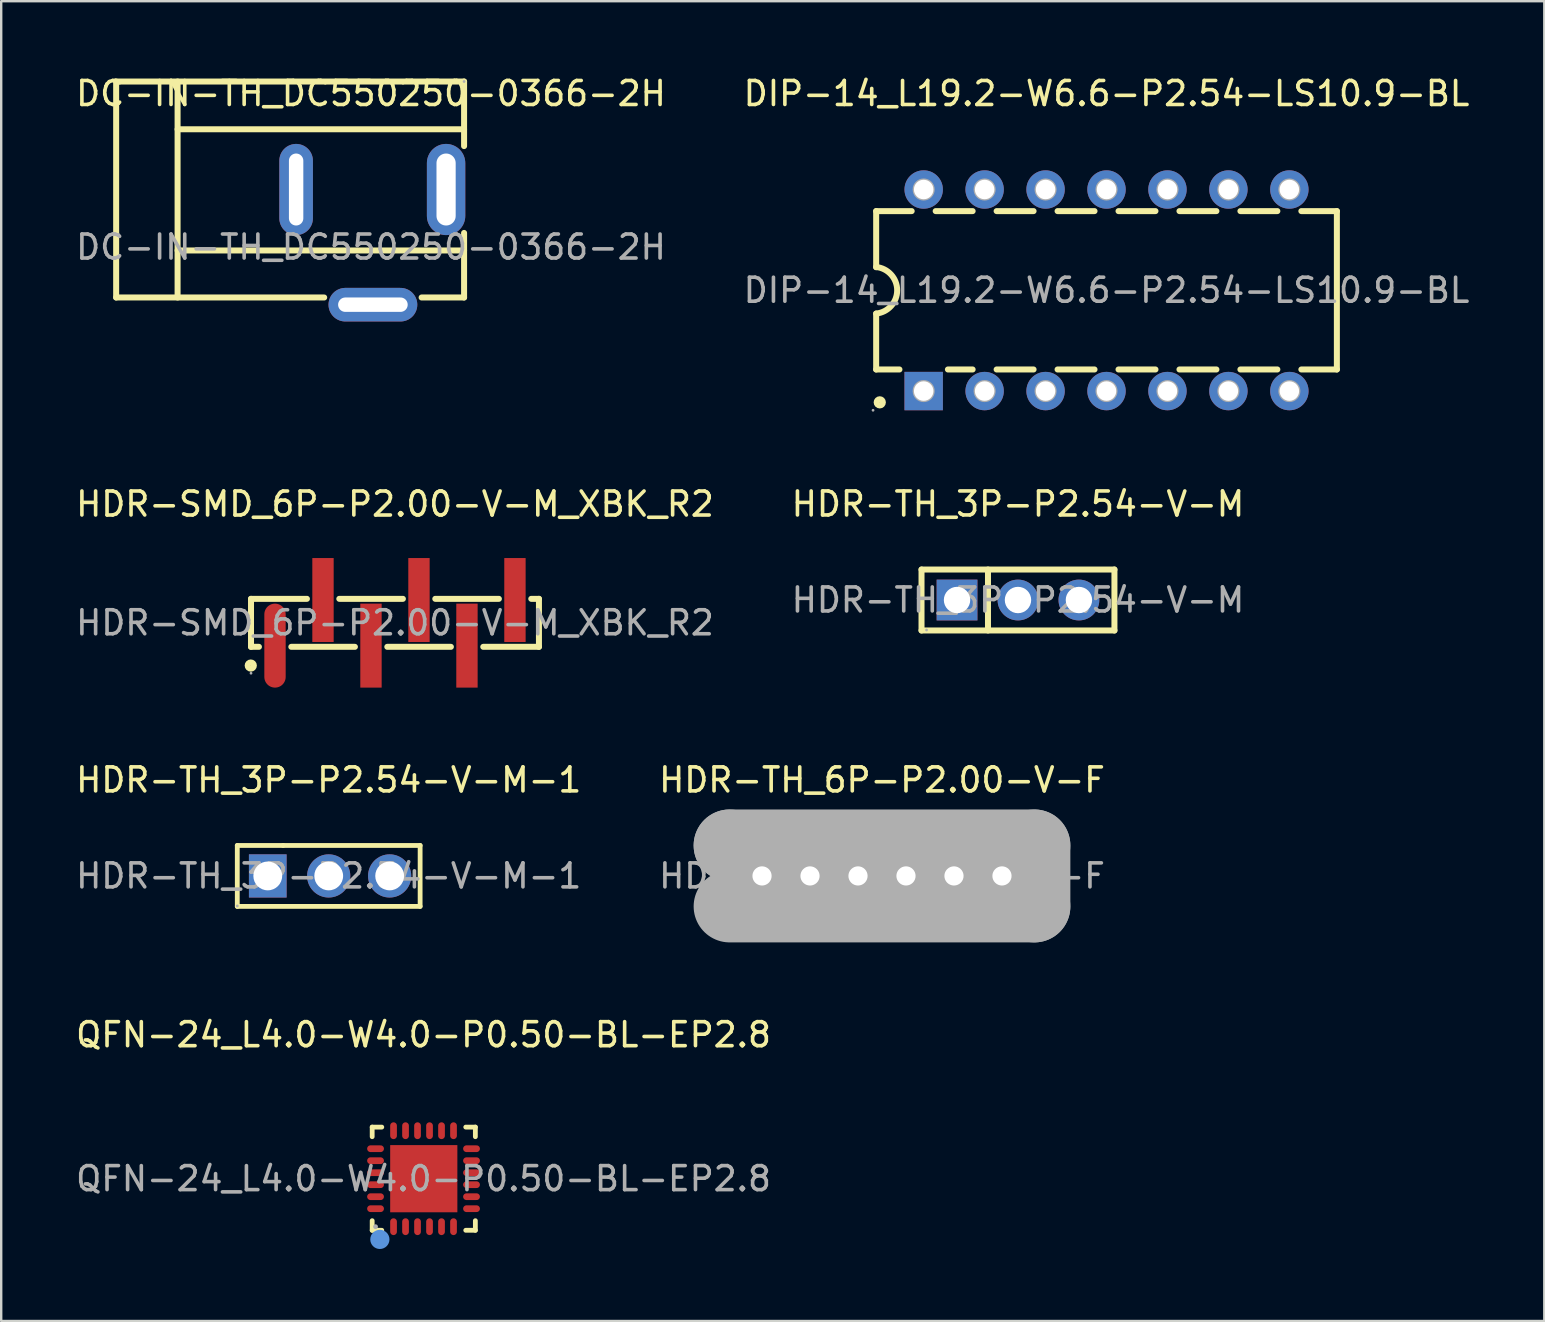
<source format=kicad_pcb>
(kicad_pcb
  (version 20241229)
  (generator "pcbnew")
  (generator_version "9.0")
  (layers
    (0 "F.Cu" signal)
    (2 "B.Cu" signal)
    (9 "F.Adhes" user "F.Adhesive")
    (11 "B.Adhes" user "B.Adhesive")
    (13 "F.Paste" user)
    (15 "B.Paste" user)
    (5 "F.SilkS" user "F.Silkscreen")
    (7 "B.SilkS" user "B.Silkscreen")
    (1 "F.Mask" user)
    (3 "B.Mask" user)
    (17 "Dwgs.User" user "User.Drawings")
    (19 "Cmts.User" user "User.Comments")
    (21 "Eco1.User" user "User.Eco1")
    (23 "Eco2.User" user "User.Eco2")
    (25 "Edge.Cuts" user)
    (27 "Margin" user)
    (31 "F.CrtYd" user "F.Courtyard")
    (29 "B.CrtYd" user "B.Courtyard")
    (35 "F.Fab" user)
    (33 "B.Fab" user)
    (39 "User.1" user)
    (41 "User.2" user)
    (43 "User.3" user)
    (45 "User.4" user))
  (footprint "HDR-SMD_6P-P2.00-V-M_XBK_R2"
    (layer "F.Cu")
    (at 13.411 22.907)
    (property "Reference" "HDR-SMD_6P-P2.00-V-M_XBK_R2" (at 0 -4.95 0) (layer "F.SilkS") (effects (font (size 1 1) (thickness 0.15))))
    (attr smd)
    (fp_line (start -6 -1) (end -6 1) (stroke (width 0.25) (type solid)) (layer "F.SilkS"))
    (fp_line (start -6 -1) (end -3.67 -1) (stroke (width 0.25) (type solid)) (layer "F.SilkS"))
    (fp_line (start -6 1) (end -5.67 1) (stroke (width 0.25) (type solid)) (layer "F.SilkS"))
    (fp_line (start -4.32 1) (end -1.67 1) (stroke (width 0.25) (type solid)) (layer "F.SilkS"))
    (fp_line (start -2.32 -1) (end 0.33 -1) (stroke (width 0.25) (type solid)) (layer "F.SilkS"))
    (fp_line (start -0.32 1) (end 2.33 1) (stroke (width 0.25) (type solid)) (layer "F.SilkS"))
    (fp_line (start 1.68 -1) (end 4.33 -1) (stroke (width 0.25) (type solid)) (layer "F.SilkS"))
    (fp_line (start 3.68 1) (end 6 1) (stroke (width 0.25) (type solid)) (layer "F.SilkS"))
    (fp_line (start 5.68 -1) (end 6 -1) (stroke (width 0.25) (type solid)) (layer "F.SilkS"))
    (fp_line (start 6 -1) (end 6 1) (stroke (width 0.25) (type solid)) (layer "F.SilkS"))
    (fp_circle (center -6.01 1.78) (end -5.88 1.78) (stroke (width 0.25) (type solid)) (fill no) (layer "F.SilkS"))
    (fp_circle (center -6 2.1) (end -5.97 2.1) (stroke (width 0.06) (type solid)) (fill no) (layer "F.Fab"))
    (fp_text user "${REFERENCE}" (at 0 0 0) (layer "F.Fab") (effects (font (size 1 1) (thickness 0.15))))
    (pad "1" smd oval (at -5 0.95 180) (size 0.89 3.5) (layers "F.Cu" "F.Mask" "F.Paste"))
    (pad "2" smd rect (at -3 -0.95 180) (size 0.89 3.5) (layers "F.Cu" "F.Mask" "F.Paste"))
    (pad "3" smd rect (at -1 0.95 180) (size 0.89 3.5) (layers "F.Cu" "F.Mask" "F.Paste"))
    (pad "4" smd rect (at 1 -0.95 180) (size 0.89 3.5) (layers "F.Cu" "F.Mask" "F.Paste"))
    (pad "5" smd rect (at 3 0.95 180) (size 0.89 3.5) (layers "F.Cu" "F.Mask" "F.Paste"))
    (pad "6" smd rect (at 5 -0.95 180) (size 0.89 3.5) (layers "F.Cu" "F.Mask" "F.Paste")))
  (footprint "HDR-TH_3P-P2.54-V-M-1"
    (layer "F.Cu")
    (at 10.649 33.455)
    (property "Reference" "HDR-TH_3P-P2.54-V-M-1" (at 0 -4 0) (layer "F.SilkS") (effects (font (size 1 1) (thickness 0.15))))
    (attr through_hole)
    (fp_line (start -3.81 -1.27) (end -3.81 1.27) (stroke (width 0.2) (type solid)) (layer "F.SilkS"))
    (fp_line (start -3.81 1.27) (end 3.81 1.27) (stroke (width 0.2) (type solid)) (layer "F.SilkS"))
    (fp_line (start -1.9 -1.27) (end -3.81 -1.27) (stroke (width 0.2) (type solid)) (layer "F.SilkS"))
    (fp_line (start 3.81 -1.27) (end -1.9 -1.27) (stroke (width 0.2) (type solid)) (layer "F.SilkS"))
    (fp_line (start 3.81 1.27) (end 3.81 -1.27) (stroke (width 0.2) (type solid)) (layer "F.SilkS"))
    (fp_circle (center -3.81 1.25) (end -3.78 1.25) (stroke (width 0.06) (type solid)) (fill no) (layer "F.Fab"))
    (fp_text user "${REFERENCE}" (at 0 0 0) (layer "F.Fab") (effects (font (size 1 1) (thickness 0.15))))
    (pad "1" thru_hole rect (at -2.54 0) (size 1.57 1.8) (drill 1.2) (layers "*.Cu" "*.Mask"))
    (pad "2" thru_hole circle (at 0 0) (size 1.8 1.8) (drill 1.2) (layers "*.Cu" "*.Mask"))
    (pad "3" thru_hole circle (at 2.54 0) (size 1.8 1.8) (drill 1.2) (layers "*.Cu" "*.Mask")))
  (footprint "HDR-TH_3P-P2.54-V-M"
    (layer "F.Cu")
    (at 39.375 21.956)
    (property "Reference" "HDR-TH_3P-P2.54-V-M" (at 0 -4 0) (layer "F.SilkS") (effects (font (size 1 1) (thickness 0.15))))
    (attr through_hole)
    (fp_line (start -4.02 -1.27) (end -4.02 1.27) (stroke (width 0.25) (type solid)) (layer "F.SilkS"))
    (fp_line (start -4.02 -1.27) (end 4.02 -1.27) (stroke (width 0.25) (type solid)) (layer "F.SilkS"))
    (fp_line (start -4.02 1.27) (end 4.02 1.27) (stroke (width 0.25) (type solid)) (layer "F.SilkS"))
    (fp_line (start -1.25 -1.27) (end -1.25 1.27) (stroke (width 0.25) (type solid)) (layer "F.SilkS"))
    (fp_line (start 4.02 -1.27) (end 4.02 1.27) (stroke (width 0.25) (type solid)) (layer "F.SilkS"))
    (fp_circle (center -3.81 1.25) (end -3.78 1.25) (stroke (width 0.06) (type solid)) (fill no) (layer "F.Fab"))
    (fp_text user "${REFERENCE}" (at 0 0 0) (layer "F.Fab") (effects (font (size 1 1) (thickness 0.15))))
    (pad "1" thru_hole rect (at -2.54 0) (size 1.7 1.7) (drill 1.1) (layers "*.Cu" "*.Mask"))
    (pad "2" thru_hole circle (at 0 0) (size 1.7 1.7) (drill 1.1) (layers "*.Cu" "*.Mask"))
    (pad "3" thru_hole circle (at 2.54 0) (size 1.7 1.7) (drill 1.1) (layers "*.Cu" "*.Mask")))
  (footprint "DC-IN-TH_DC550250-0366-2H"
    (layer "F.Cu")
    (at 12.411 7.248)
    (property "Reference" "DC-IN-TH_DC550250-0366-2H" (at 0 -6.4 0) (layer "F.SilkS") (effects (font (size 1 1) (thickness 0.15))))
    (attr through_hole)
    (fp_line (start -10.62 -6.9) (end 3.88 -6.9) (stroke (width 0.25) (type solid)) (layer "F.SilkS"))
    (fp_line (start -10.62 2.1) (end -10.62 -6.9) (stroke (width 0.25) (type solid)) (layer "F.SilkS"))
    (fp_line (start -8.06 -6.9) (end -8.06 2.1) (stroke (width 0.25) (type solid)) (layer "F.SilkS"))
    (fp_line (start -8.06 -4.91) (end 3.88 -4.91) (stroke (width 0.25) (type solid)) (layer "F.SilkS"))
    (fp_line (start -8.06 0.14) (end 3.88 0.14) (stroke (width 0.25) (type solid)) (layer "F.SilkS"))
    (fp_line (start -1.95 2.1) (end -10.62 2.1) (stroke (width 0.25) (type solid)) (layer "F.SilkS"))
    (fp_line (start 3.88 -6.9) (end 3.88 -4.21) (stroke (width 0.25) (type solid)) (layer "F.SilkS"))
    (fp_line (start 3.88 -0.59) (end 3.88 2.1) (stroke (width 0.25) (type solid)) (layer "F.SilkS"))
    (fp_line (start 3.88 2.1) (end 2.11 2.1) (stroke (width 0.25) (type solid)) (layer "F.SilkS"))
    (fp_circle (center 3.88 -6.9) (end 3.91 -6.9) (stroke (width 0.06) (type solid)) (fill no) (layer "F.Fab"))
    (fp_text user "${REFERENCE}" (at 0 0 0) (layer "F.Fab") (effects (font (size 1 1) (thickness 0.15))))
    (pad "1" thru_hole oval (at 3.13 -2.4) (size 1.6 3.8) (drill oval 0.8 3) (layers "*.Cu" "*.Mask"))
    (pad "2" thru_hole oval (at -3.12 -2.4) (size 1.4 3.8) (drill oval 0.6 3) (layers "*.Cu" "*.Mask"))
    (pad "3" thru_hole oval (at 0.08 2.4) (size 3.7 1.4) (drill oval 2.9 0.6) (layers "*.Cu" "*.Mask")))
  (footprint "QFN-24_L4.0-W4.0-P0.50-BL-EP2.8"
    (layer "F.Cu")
    (at 14.601 46.073)
    (property "Reference" "QFN-24_L4.0-W4.0-P0.50-BL-EP2.8" (at 0 -6 0) (layer "F.SilkS") (effects (font (size 1 1) (thickness 0.15))))
    (attr smd)
    (fp_line (start -2.14 -2.15) (end -1.74 -2.15) (stroke (width 0.2) (type solid)) (layer "F.SilkS"))
    (fp_line (start -2.14 -1.75) (end -2.14 -2.15) (stroke (width 0.2) (type solid)) (layer "F.SilkS"))
    (fp_line (start -2.14 2.15) (end -2.14 1.75) (stroke (width 0.2) (type solid)) (layer "F.SilkS"))
    (fp_line (start -1.74 2.15) (end -2.14 2.15) (stroke (width 0.2) (type solid)) (layer "F.SilkS"))
    (fp_line (start 2.16 -2.15) (end 1.76 -2.15) (stroke (width 0.2) (type solid)) (layer "F.SilkS"))
    (fp_line (start 2.16 -1.75) (end 2.16 -2.15) (stroke (width 0.2) (type solid)) (layer "F.SilkS"))
    (fp_line (start 2.16 1.75) (end 2.16 2.15) (stroke (width 0.2) (type solid)) (layer "F.SilkS"))
    (fp_line (start 2.16 2.15) (end 1.76 2.15) (stroke (width 0.2) (type solid)) (layer "F.SilkS"))
    (fp_circle (center -1.82 2.53) (end -1.62 2.53) (stroke (width 0.4) (type solid)) (fill no) (layer "Cmts.User"))
    (fp_circle (center -2 2) (end -1.95 2) (stroke (width 0.1) (type solid)) (fill no) (layer "F.Fab"))
    (fp_text user "${REFERENCE}" (at 0 0 0) (layer "F.Fab") (effects (font (size 1 1) (thickness 0.15))))
    (pad "1" smd oval (at -1.25 2 180) (size 0.28 0.7) (layers "F.Cu" "F.Mask" "F.Paste"))
    (pad "2" smd oval (at -0.75 2 180) (size 0.28 0.7) (layers "F.Cu" "F.Mask" "F.Paste"))
    (pad "3" smd oval (at -0.25 2 180) (size 0.28 0.7) (layers "F.Cu" "F.Mask" "F.Paste"))
    (pad "4" smd oval (at 0.25 2 180) (size 0.28 0.7) (layers "F.Cu" "F.Mask" "F.Paste"))
    (pad "5" smd oval (at 0.75 2 180) (size 0.28 0.7) (layers "F.Cu" "F.Mask" "F.Paste"))
    (pad "6" smd oval (at 1.25 2 180) (size 0.28 0.7) (layers "F.Cu" "F.Mask" "F.Paste"))
    (pad "7" smd oval (at 2 1.25 90) (size 0.28 0.7) (layers "F.Cu" "F.Mask" "F.Paste"))
    (pad "8" smd oval (at 2 0.75 90) (size 0.28 0.7) (layers "F.Cu" "F.Mask" "F.Paste"))
    (pad "9" smd oval (at 2 0.25 90) (size 0.28 0.7) (layers "F.Cu" "F.Mask" "F.Paste"))
    (pad "10" smd oval (at 2 -0.25 90) (size 0.28 0.7) (layers "F.Cu" "F.Mask" "F.Paste"))
    (pad "11" smd oval (at 2 -0.75 90) (size 0.28 0.7) (layers "F.Cu" "F.Mask" "F.Paste"))
    (pad "12" smd oval (at 2 -1.25 90) (size 0.28 0.7) (layers "F.Cu" "F.Mask" "F.Paste"))
    (pad "13" smd oval (at 1.25 -2 180) (size 0.28 0.7) (layers "F.Cu" "F.Mask" "F.Paste"))
    (pad "14" smd oval (at 0.75 -2 180) (size 0.28 0.7) (layers "F.Cu" "F.Mask" "F.Paste"))
    (pad "15" smd oval (at 0.25 -2 180) (size 0.28 0.7) (layers "F.Cu" "F.Mask" "F.Paste"))
    (pad "16" smd oval (at -0.25 -2 180) (size 0.28 0.7) (layers "F.Cu" "F.Mask" "F.Paste"))
    (pad "17" smd oval (at -0.75 -2 180) (size 0.28 0.7) (layers "F.Cu" "F.Mask" "F.Paste"))
    (pad "18" smd oval (at -1.25 -2 180) (size 0.28 0.7) (layers "F.Cu" "F.Mask" "F.Paste"))
    (pad "19" smd oval (at -2 -1.25 90) (size 0.28 0.7) (layers "F.Cu" "F.Mask" "F.Paste"))
    (pad "20" smd oval (at -2 -0.75 90) (size 0.28 0.7) (layers "F.Cu" "F.Mask" "F.Paste"))
    (pad "21" smd oval (at -2 -0.25 90) (size 0.28 0.7) (layers "F.Cu" "F.Mask" "F.Paste"))
    (pad "22" smd oval (at -2 0.25 90) (size 0.28 0.7) (layers "F.Cu" "F.Mask" "F.Paste"))
    (pad "23" smd oval (at -2 0.75 90) (size 0.28 0.7) (layers "F.Cu" "F.Mask" "F.Paste"))
    (pad "24" smd oval (at -2 1.25 90) (size 0.28 0.7) (layers "F.Cu" "F.Mask" "F.Paste"))
    (pad "25" smd rect (at 0.01 0 90) (size 2.8 2.8) (layers "F.Cu" "F.Mask" "F.Paste")))
  (footprint "HDR-TH_6P-P2.00-V-F"
    (layer "F.Cu")
    (at 33.708 33.455)
    (property "Reference" "HDR-TH_6P-P2.00-V-F" (at 0 -4 0) (layer "F.SilkS") (effects (font (size 1 1) (thickness 0.15))))
    (attr through_hole)
    (fp_line (start -6.35 -1.27) (end -6.35 -1.27) (stroke (width 3) (type solid)) (layer "F.Fab"))
    (fp_line (start -6.35 -1.27) (end 6.35 -1.27) (stroke (width 3) (type solid)) (layer "F.Fab"))
    (fp_line (start 6.35 -1.27) (end 6.35 1.27) (stroke (width 3) (type solid)) (layer "F.Fab"))
    (fp_line (start 6.35 1.27) (end -6.35 1.27) (stroke (width 3) (type solid)) (layer "F.Fab"))
    (fp_circle (center -6.25 1.2) (end -6.22 1.2) (stroke (width 0.06) (type solid)) (fill no) (layer "F.Fab"))
    (fp_text user "${REFERENCE}" (at 0 0 0) (layer "F.Fab") (effects (font (size 1 1) (thickness 0.15))))
    (pad "1" thru_hole rect (at -5 0) (size 1.4 1.4) (drill 0.8) (layers "*.Cu" "*.Mask"))
    (pad "2" thru_hole circle (at -3 0) (size 1.4 1.4) (drill 0.8) (layers "*.Cu" "*.Mask"))
    (pad "3" thru_hole circle (at -1 0) (size 1.4 1.4) (drill 0.8) (layers "*.Cu" "*.Mask"))
    (pad "4" thru_hole circle (at 1 0) (size 1.4 1.4) (drill 0.8) (layers "*.Cu" "*.Mask"))
    (pad "5" thru_hole circle (at 3 0) (size 1.4 1.4) (drill 0.8) (layers "*.Cu" "*.Mask"))
    (pad "6" thru_hole circle (at 5 0) (size 1.4 1.4) (drill 0.8) (layers "*.Cu" "*.Mask")))
  (footprint "DIP-14_L19.2-W6.6-P2.54-LS10.9-BL"
    (layer "F.Cu")
    (at 43.065 9.048)
    (property "Reference" "DIP-14_L19.2-W6.6-P2.54-LS10.9-BL" (at 0 -8.2 0) (layer "F.SilkS") (effects (font (size 1 1) (thickness 0.15))))
    (attr smd)
    (fp_line (start -9.6 -3.3) (end -9.6 -0.96) (stroke (width 0.25) (type solid)) (layer "F.SilkS"))
    (fp_line (start -9.6 -3.3) (end -8.12 -3.3) (stroke (width 0.25) (type solid)) (layer "F.SilkS"))
    (fp_line (start -9.6 3.3) (end -9.6 0.97) (stroke (width 0.25) (type solid)) (layer "F.SilkS"))
    (fp_line (start -9.6 3.3) (end -8.63 3.3) (stroke (width 0.25) (type solid)) (layer "F.SilkS"))
    (fp_line (start -7.12 -3.3) (end -5.58 -3.3) (stroke (width 0.25) (type solid)) (layer "F.SilkS"))
    (fp_line (start -6.61 3.3) (end -5.58 3.3) (stroke (width 0.25) (type solid)) (layer "F.SilkS"))
    (fp_line (start -4.58 -3.3) (end -3.04 -3.3) (stroke (width 0.25) (type solid)) (layer "F.SilkS"))
    (fp_line (start -4.58 3.3) (end -3.04 3.3) (stroke (width 0.25) (type solid)) (layer "F.SilkS"))
    (fp_line (start -2.04 -3.3) (end -0.5 -3.3) (stroke (width 0.25) (type solid)) (layer "F.SilkS"))
    (fp_line (start -2.04 3.3) (end -0.5 3.3) (stroke (width 0.25) (type solid)) (layer "F.SilkS"))
    (fp_line (start 0.5 -3.3) (end 2.04 -3.3) (stroke (width 0.25) (type solid)) (layer "F.SilkS"))
    (fp_line (start 0.5 3.3) (end 2.04 3.3) (stroke (width 0.25) (type solid)) (layer "F.SilkS"))
    (fp_line (start 3.04 -3.3) (end 4.58 -3.3) (stroke (width 0.25) (type solid)) (layer "F.SilkS"))
    (fp_line (start 3.04 3.3) (end 4.58 3.3) (stroke (width 0.25) (type solid)) (layer "F.SilkS"))
    (fp_line (start 5.58 -3.3) (end 7.12 -3.3) (stroke (width 0.25) (type solid)) (layer "F.SilkS"))
    (fp_line (start 5.58 3.3) (end 7.12 3.3) (stroke (width 0.25) (type solid)) (layer "F.SilkS"))
    (fp_line (start 8.12 -3.3) (end 9.6 -3.3) (stroke (width 0.25) (type solid)) (layer "F.SilkS"))
    (fp_line (start 8.12 3.3) (end 9.6 3.3) (stroke (width 0.25) (type solid)) (layer "F.SilkS"))
    (fp_line (start 9.6 -3.3) (end 9.6 3.3) (stroke (width 0.25) (type solid)) (layer "F.SilkS"))
    (fp_arc (start -9.602235 -0.970228) (mid -8.724859 -0.001123) (end -9.6 0.97) (stroke (width 0.25) (type solid)) (layer "F.SilkS"))
    (fp_circle (center -9.45 4.67) (end -9.32 4.67) (stroke (width 0.25) (type solid)) (fill no) (layer "F.SilkS"))
    (fp_circle (center -9.73 5) (end -9.7 5) (stroke (width 0.06) (type solid)) (fill no) (layer "F.Fab"))
    (fp_circle (center -7.62 -4.2) (end -7.47 -4.2) (stroke (width 0.31) (type solid)) (fill no) (layer "F.Fab"))
    (fp_circle (center -7.62 4.2) (end -7.47 4.2) (stroke (width 0.31) (type solid)) (fill no) (layer "F.Fab"))
    (fp_circle (center -5.08 -4.2) (end -4.93 -4.2) (stroke (width 0.31) (type solid)) (fill no) (layer "F.Fab"))
    (fp_circle (center -5.08 4.2) (end -4.93 4.2) (stroke (width 0.31) (type solid)) (fill no) (layer "F.Fab"))
    (fp_circle (center -2.54 -4.2) (end -2.39 -4.2) (stroke (width 0.31) (type solid)) (fill no) (layer "F.Fab"))
    (fp_circle (center -2.54 4.2) (end -2.39 4.2) (stroke (width 0.31) (type solid)) (fill no) (layer "F.Fab"))
    (fp_circle (center 0 -4.2) (end 0.15 -4.2) (stroke (width 0.31) (type solid)) (fill no) (layer "F.Fab"))
    (fp_circle (center 0 4.2) (end 0.15 4.2) (stroke (width 0.31) (type solid)) (fill no) (layer "F.Fab"))
    (fp_circle (center 2.54 -4.2) (end 2.69 -4.2) (stroke (width 0.31) (type solid)) (fill no) (layer "F.Fab"))
    (fp_circle (center 2.54 4.2) (end 2.69 4.2) (stroke (width 0.31) (type solid)) (fill no) (layer "F.Fab"))
    (fp_circle (center 5.08 -4.2) (end 5.23 -4.2) (stroke (width 0.31) (type solid)) (fill no) (layer "F.Fab"))
    (fp_circle (center 5.08 4.2) (end 5.23 4.2) (stroke (width 0.31) (type solid)) (fill no) (layer "F.Fab"))
    (fp_circle (center 7.62 -4.2) (end 7.77 -4.2) (stroke (width 0.31) (type solid)) (fill no) (layer "F.Fab"))
    (fp_circle (center 7.62 4.2) (end 7.77 4.2) (stroke (width 0.31) (type solid)) (fill no) (layer "F.Fab"))
    (fp_text user "${REFERENCE}" (at 0 0 0) (layer "F.Fab") (effects (font (size 1 1) (thickness 0.15))))
    (pad "1" thru_hole rect (at -7.62 4.2) (size 1.6 1.6) (drill 0.813) (layers "*.Cu" "*.Mask"))
    (pad "2" thru_hole circle (at -5.08 4.2) (size 1.6 1.6) (drill 0.813) (layers "*.Cu" "*.Mask"))
    (pad "3" thru_hole circle (at -2.54 4.2) (size 1.6 1.6) (drill 0.813) (layers "*.Cu" "*.Mask"))
    (pad "4" thru_hole circle (at 0 4.2) (size 1.6 1.6) (drill 0.813) (layers "*.Cu" "*.Mask"))
    (pad "5" thru_hole circle (at 2.54 4.2) (size 1.6 1.6) (drill 0.813) (layers "*.Cu" "*.Mask"))
    (pad "6" thru_hole circle (at 5.08 4.2) (size 1.6 1.6) (drill 0.813) (layers "*.Cu" "*.Mask"))
    (pad "7" thru_hole circle (at 7.62 4.2) (size 1.6 1.6) (drill 0.813) (layers "*.Cu" "*.Mask"))
    (pad "8" thru_hole circle (at 7.62 -4.2) (size 1.6 1.6) (drill 0.813) (layers "*.Cu" "*.Mask"))
    (pad "9" thru_hole circle (at 5.08 -4.2) (size 1.6 1.6) (drill 0.813) (layers "*.Cu" "*.Mask"))
    (pad "10" thru_hole circle (at 2.54 -4.2) (size 1.6 1.6) (drill 0.813) (layers "*.Cu" "*.Mask"))
    (pad "11" thru_hole circle (at 0 -4.2) (size 1.6 1.6) (drill 0.813) (layers "*.Cu" "*.Mask"))
    (pad "12" thru_hole circle (at -2.54 -4.2) (size 1.6 1.6) (drill 0.813) (layers "*.Cu" "*.Mask"))
    (pad "13" thru_hole circle (at -5.08 -4.2) (size 1.6 1.6) (drill 0.813) (layers "*.Cu" "*.Mask"))
    (pad "14" thru_hole circle (at -7.62 -4.2) (size 1.6 1.6) (drill 0.813) (layers "*.Cu" "*.Mask")))
  (gr_rect
    (start -3 -3)
    (end 61.31 52.003)
    (stroke (width 0.1) (type default))
    (fill no)
    (layer "Edge.Cuts")))
</source>
